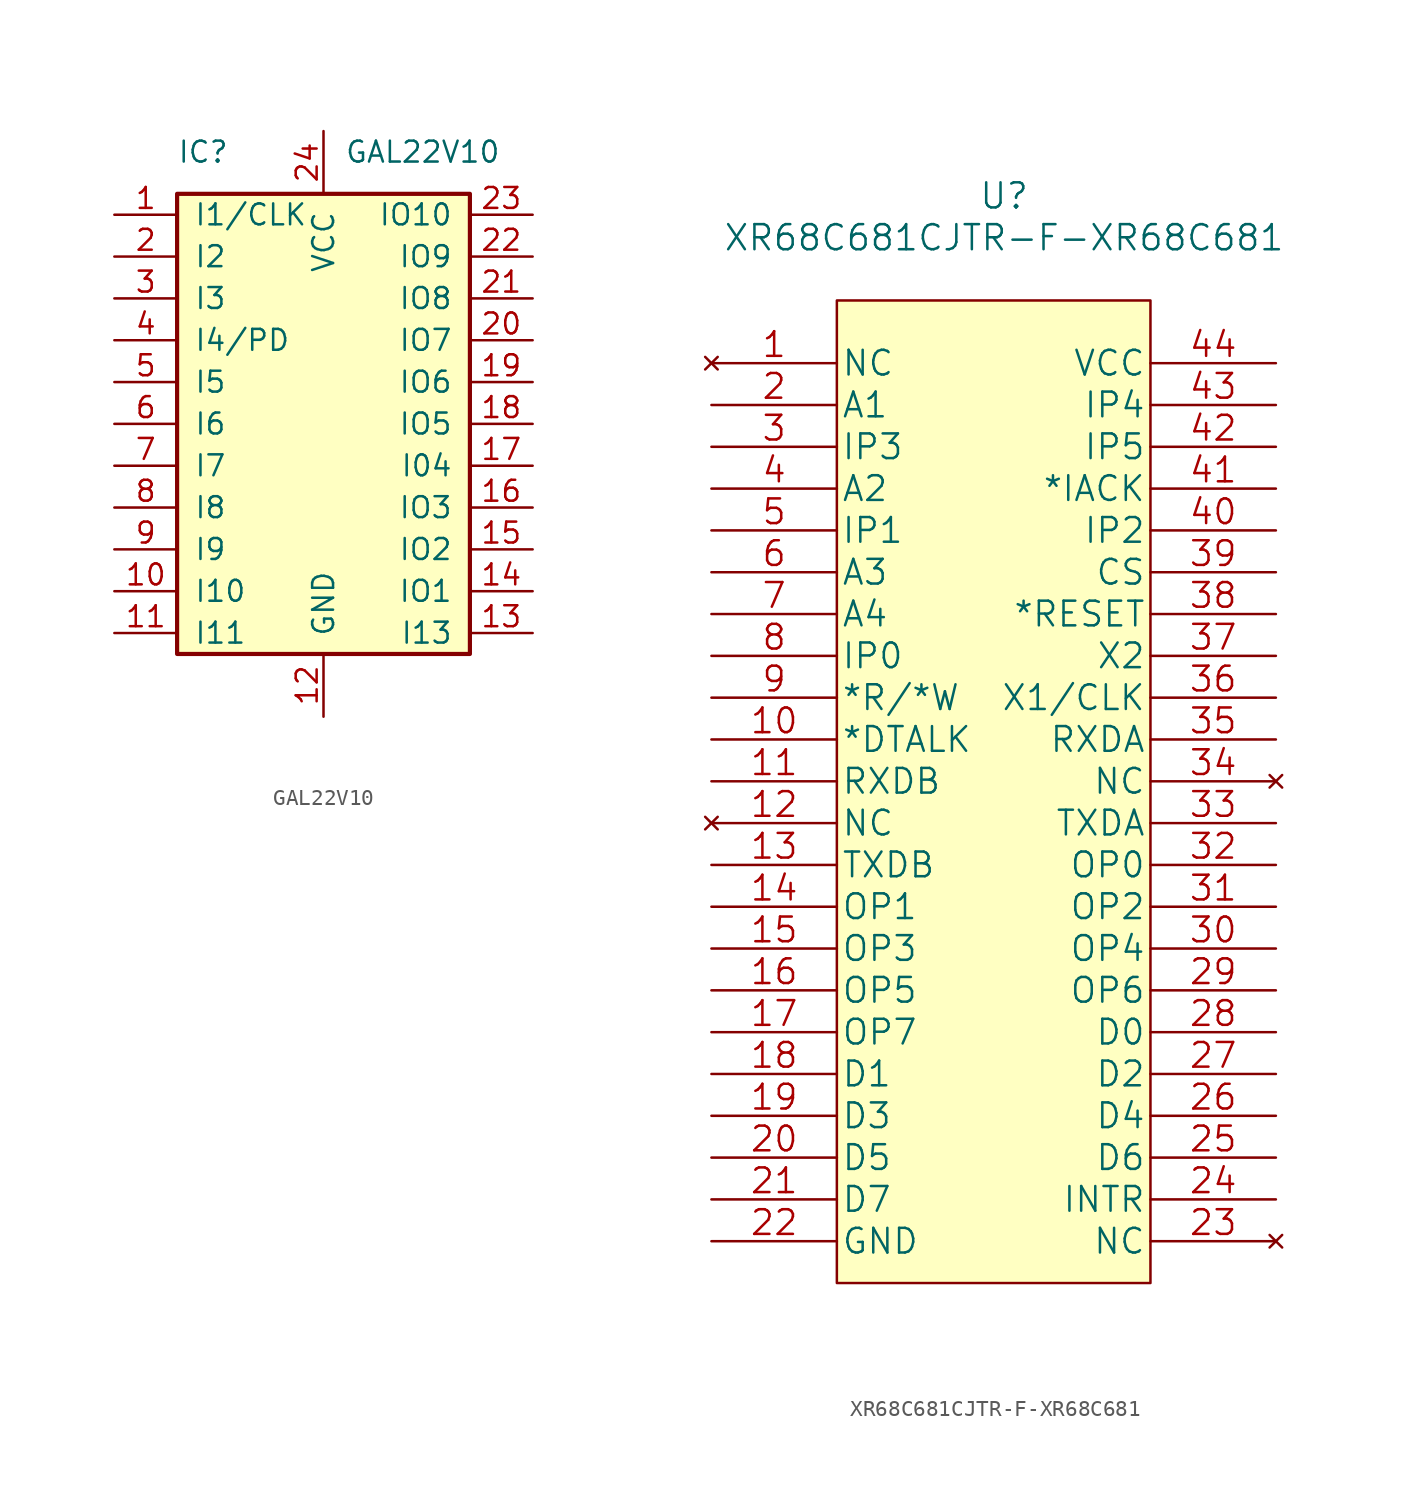
<source format=kicad_sym>
(kicad_symbol_lib
  (version 20211014)
  (generator kicad_symbol_editor)
  (symbol "GAL22V10"
    (pin_names
      (offset 1.016))
    (property "Reference" "IC"
      (at -8.89 16.51 0)
      (effects (font (size 1.27 1.27)) (justify left)))
    (property "Value" "GAL22V10"
      (at 1.27 16.51 0)
      (effects (font (size 1.27 1.27)) (justify left)))
    (symbol "GAL22V10_0_0"
      (pin power_in line (at 0 -17.78 90) (length 3.81) (name "GND" (effects (font (size 1.27 1.27)))) (number "12" (effects (font (size 1.27 1.27)))))
      (pin power_in line (at 0 17.78 270) (length 3.81) (name "VCC" (effects (font (size 1.27 1.27)))) (number "24" (effects (font (size 1.27 1.27))))))
    (symbol "GAL22V10_0_1"
      (rectangle (start -8.89 13.97) (end 8.89 -13.97) (stroke (width 0.254) (type default) (color 0 0 0 0)) (fill (type background))))
    (symbol "GAL22V10_1_1"
      (pin input line (at -12.7 12.7 0) (length 3.81) (name "I1/CLK" (effects (font (size 1.27 1.27)))) (number "1" (effects (font (size 1.27 1.27)))))
      (pin input line (at -12.7 -10.16 0) (length 3.81) (name "I10" (effects (font (size 1.27 1.27)))) (number "10" (effects (font (size 1.27 1.27)))))
      (pin input line (at -12.7 -12.7 0) (length 3.81) (name "I11" (effects (font (size 1.27 1.27)))) (number "11" (effects (font (size 1.27 1.27)))))
      (pin input line (at 12.7 -12.7 180) (length 3.81) (name "I13" (effects (font (size 1.27 1.27)))) (number "13" (effects (font (size 1.27 1.27)))))
      (pin bidirectional line (at 12.7 -10.16 180) (length 3.81) (name "IO1" (effects (font (size 1.27 1.27)))) (number "14" (effects (font (size 1.27 1.27)))))
      (pin bidirectional line (at 12.7 -7.62 180) (length 3.81) (name "IO2" (effects (font (size 1.27 1.27)))) (number "15" (effects (font (size 1.27 1.27)))))
      (pin bidirectional line (at 12.7 -5.08 180) (length 3.81) (name "IO3" (effects (font (size 1.27 1.27)))) (number "16" (effects (font (size 1.27 1.27)))))
      (pin bidirectional line (at 12.7 -2.54 180) (length 3.81) (name "I04" (effects (font (size 1.27 1.27)))) (number "17" (effects (font (size 1.27 1.27)))))
      (pin bidirectional line (at 12.7 0 180) (length 3.81) (name "IO5" (effects (font (size 1.27 1.27)))) (number "18" (effects (font (size 1.27 1.27)))))
      (pin bidirectional line (at 12.7 2.54 180) (length 3.81) (name "IO6" (effects (font (size 1.27 1.27)))) (number "19" (effects (font (size 1.27 1.27)))))
      (pin input line (at -12.7 10.16 0) (length 3.81) (name "I2" (effects (font (size 1.27 1.27)))) (number "2" (effects (font (size 1.27 1.27)))))
      (pin bidirectional line (at 12.7 5.08 180) (length 3.81) (name "IO7" (effects (font (size 1.27 1.27)))) (number "20" (effects (font (size 1.27 1.27)))))
      (pin bidirectional line (at 12.7 7.62 180) (length 3.81) (name "IO8" (effects (font (size 1.27 1.27)))) (number "21" (effects (font (size 1.27 1.27)))))
      (pin bidirectional line (at 12.7 10.16 180) (length 3.81) (name "IO9" (effects (font (size 1.27 1.27)))) (number "22" (effects (font (size 1.27 1.27)))))
      (pin bidirectional line (at 12.7 12.7 180) (length 3.81) (name "IO10" (effects (font (size 1.27 1.27)))) (number "23" (effects (font (size 1.27 1.27)))))
      (pin input line (at -12.7 7.62 0) (length 3.81) (name "I3" (effects (font (size 1.27 1.27)))) (number "3" (effects (font (size 1.27 1.27)))))
      (pin input line (at -12.7 5.08 0) (length 3.81) (name "I4/PD" (effects (font (size 1.27 1.27)))) (number "4" (effects (font (size 1.27 1.27)))))
      (pin input line (at -12.7 2.54 0) (length 3.81) (name "I5" (effects (font (size 1.27 1.27)))) (number "5" (effects (font (size 1.27 1.27)))))
      (pin input line (at -12.7 0 0) (length 3.81) (name "I6" (effects (font (size 1.27 1.27)))) (number "6" (effects (font (size 1.27 1.27)))))
      (pin input line (at -12.7 -2.54 0) (length 3.81) (name "I7" (effects (font (size 1.27 1.27)))) (number "7" (effects (font (size 1.27 1.27)))))
      (pin input line (at -12.7 -5.08 0) (length 3.81) (name "I8" (effects (font (size 1.27 1.27)))) (number "8" (effects (font (size 1.27 1.27)))))
      (pin input line (at -12.7 -7.62 0) (length 3.81) (name "I9" (effects (font (size 1.27 1.27)))) (number "9" (effects (font (size 1.27 1.27)))))))
  (symbol "XR68C681CJTR-F-XR68C681"
    (pin_names
      (offset 0.254))
    (property "Reference" "U"
      (at 17.78 10.16 0)
      (effects (font (size 1.524 1.524))))
    (property "Value" "XR68C681CJTR-F-XR68C681"
      (at 17.78 7.62 0)
      (effects (font (size 1.524 1.524))))
    (property "Datasheet" ""
      (at 0 0 0)
      (effects (font (size 1.524 1.524))))
    (property "ki_locked" ""
      (at 0 0 0)
      (effects (font (size 1.27 1.27))))
    (symbol "XR68C681CJTR-F-XR68C681_1_1"
      (rectangle (start 7.62 3.81) (end 26.67 -55.88) (stroke (width 0) (type default) (color 0 0 0 0)) (fill (type background)))
      (pin no_connect line (at 0 0 0) (length 7.62) (name "NC" (effects (font (size 1.499 1.499)))) (number "1" (effects (font (size 1.499 1.499)))))
      (pin output line (at 0 -22.86 0) (length 7.62) (name "*DTALK" (effects (font (size 1.499 1.499)))) (number "10" (effects (font (size 1.499 1.499)))))
      (pin input line (at 0 -25.4 0) (length 7.62) (name "RXDB" (effects (font (size 1.499 1.499)))) (number "11" (effects (font (size 1.499 1.499)))))
      (pin no_connect line (at 0 -27.94 0) (length 7.62) (name "NC" (effects (font (size 1.499 1.499)))) (number "12" (effects (font (size 1.499 1.499)))))
      (pin output line (at 0 -30.48 0) (length 7.62) (name "TXDB" (effects (font (size 1.499 1.499)))) (number "13" (effects (font (size 1.499 1.499)))))
      (pin output line (at 0 -33.02 0) (length 7.62) (name "OP1" (effects (font (size 1.499 1.499)))) (number "14" (effects (font (size 1.499 1.499)))))
      (pin output line (at 0 -35.56 0) (length 7.62) (name "OP3" (effects (font (size 1.499 1.499)))) (number "15" (effects (font (size 1.499 1.499)))))
      (pin output line (at 0 -38.1 0) (length 7.62) (name "OP5" (effects (font (size 1.499 1.499)))) (number "16" (effects (font (size 1.499 1.499)))))
      (pin output line (at 0 -40.64 0) (length 7.62) (name "OP7" (effects (font (size 1.499 1.499)))) (number "17" (effects (font (size 1.499 1.499)))))
      (pin bidirectional line (at 0 -43.18 0) (length 7.62) (name "D1" (effects (font (size 1.499 1.499)))) (number "18" (effects (font (size 1.499 1.499)))))
      (pin bidirectional line (at 0 -45.72 0) (length 7.62) (name "D3" (effects (font (size 1.499 1.499)))) (number "19" (effects (font (size 1.499 1.499)))))
      (pin input line (at 0 -2.54 0) (length 7.62) (name "A1" (effects (font (size 1.499 1.499)))) (number "2" (effects (font (size 1.499 1.499)))))
      (pin bidirectional line (at 0 -48.26 0) (length 7.62) (name "D5" (effects (font (size 1.499 1.499)))) (number "20" (effects (font (size 1.499 1.499)))))
      (pin bidirectional line (at 0 -50.8 0) (length 7.62) (name "D7" (effects (font (size 1.499 1.499)))) (number "21" (effects (font (size 1.499 1.499)))))
      (pin power_in line (at 0 -53.34 0) (length 7.62) (name "GND" (effects (font (size 1.499 1.499)))) (number "22" (effects (font (size 1.499 1.499)))))
      (pin no_connect line (at 34.29 -53.34 180) (length 7.62) (name "NC" (effects (font (size 1.499 1.499)))) (number "23" (effects (font (size 1.499 1.499)))))
      (pin output line (at 34.29 -50.8 180) (length 7.62) (name "INTR" (effects (font (size 1.499 1.499)))) (number "24" (effects (font (size 1.499 1.499)))))
      (pin bidirectional line (at 34.29 -48.26 180) (length 7.62) (name "D6" (effects (font (size 1.499 1.499)))) (number "25" (effects (font (size 1.499 1.499)))))
      (pin bidirectional line (at 34.29 -45.72 180) (length 7.62) (name "D4" (effects (font (size 1.499 1.499)))) (number "26" (effects (font (size 1.499 1.499)))))
      (pin bidirectional line (at 34.29 -43.18 180) (length 7.62) (name "D2" (effects (font (size 1.499 1.499)))) (number "27" (effects (font (size 1.499 1.499)))))
      (pin bidirectional line (at 34.29 -40.64 180) (length 7.62) (name "D0" (effects (font (size 1.499 1.499)))) (number "28" (effects (font (size 1.499 1.499)))))
      (pin output line (at 34.29 -38.1 180) (length 7.62) (name "OP6" (effects (font (size 1.499 1.499)))) (number "29" (effects (font (size 1.499 1.499)))))
      (pin input line (at 0 -5.08 0) (length 7.62) (name "IP3" (effects (font (size 1.499 1.499)))) (number "3" (effects (font (size 1.499 1.499)))))
      (pin output line (at 34.29 -35.56 180) (length 7.62) (name "OP4" (effects (font (size 1.499 1.499)))) (number "30" (effects (font (size 1.499 1.499)))))
      (pin output line (at 34.29 -33.02 180) (length 7.62) (name "OP2" (effects (font (size 1.499 1.499)))) (number "31" (effects (font (size 1.499 1.499)))))
      (pin output line (at 34.29 -30.48 180) (length 7.62) (name "OP0" (effects (font (size 1.499 1.499)))) (number "32" (effects (font (size 1.499 1.499)))))
      (pin output line (at 34.29 -27.94 180) (length 7.62) (name "TXDA" (effects (font (size 1.499 1.499)))) (number "33" (effects (font (size 1.499 1.499)))))
      (pin no_connect line (at 34.29 -25.4 180) (length 7.62) (name "NC" (effects (font (size 1.499 1.499)))) (number "34" (effects (font (size 1.499 1.499)))))
      (pin input line (at 34.29 -22.86 180) (length 7.62) (name "RXDA" (effects (font (size 1.499 1.499)))) (number "35" (effects (font (size 1.499 1.499)))))
      (pin bidirectional line (at 34.29 -20.32 180) (length 7.62) (name "X1/CLK" (effects (font (size 1.499 1.499)))) (number "36" (effects (font (size 1.499 1.499)))))
      (pin input line (at 34.29 -17.78 180) (length 7.62) (name "X2" (effects (font (size 1.499 1.499)))) (number "37" (effects (font (size 1.499 1.499)))))
      (pin input line (at 34.29 -15.24 180) (length 7.62) (name "*RESET" (effects (font (size 1.499 1.499)))) (number "38" (effects (font (size 1.499 1.499)))))
      (pin input line (at 34.29 -12.7 180) (length 7.62) (name "CS" (effects (font (size 1.499 1.499)))) (number "39" (effects (font (size 1.499 1.499)))))
      (pin input line (at 0 -7.62 0) (length 7.62) (name "A2" (effects (font (size 1.499 1.499)))) (number "4" (effects (font (size 1.499 1.499)))))
      (pin input line (at 34.29 -10.16 180) (length 7.62) (name "IP2" (effects (font (size 1.499 1.499)))) (number "40" (effects (font (size 1.499 1.499)))))
      (pin input line (at 34.29 -7.62 180) (length 7.62) (name "*IACK" (effects (font (size 1.499 1.499)))) (number "41" (effects (font (size 1.499 1.499)))))
      (pin input line (at 34.29 -5.08 180) (length 7.62) (name "IP5" (effects (font (size 1.499 1.499)))) (number "42" (effects (font (size 1.499 1.499)))))
      (pin input line (at 34.29 -2.54 180) (length 7.62) (name "IP4" (effects (font (size 1.499 1.499)))) (number "43" (effects (font (size 1.499 1.499)))))
      (pin power_in line (at 34.29 0 180) (length 7.62) (name "VCC" (effects (font (size 1.499 1.499)))) (number "44" (effects (font (size 1.499 1.499)))))
      (pin input line (at 0 -10.16 0) (length 7.62) (name "IP1" (effects (font (size 1.499 1.499)))) (number "5" (effects (font (size 1.499 1.499)))))
      (pin input line (at 0 -12.7 0) (length 7.62) (name "A3" (effects (font (size 1.499 1.499)))) (number "6" (effects (font (size 1.499 1.499)))))
      (pin input line (at 0 -15.24 0) (length 7.62) (name "A4" (effects (font (size 1.499 1.499)))) (number "7" (effects (font (size 1.499 1.499)))))
      (pin input line (at 0 -17.78 0) (length 7.62) (name "IP0" (effects (font (size 1.499 1.499)))) (number "8" (effects (font (size 1.499 1.499)))))
      (pin input line (at 0 -20.32 0) (length 7.62) (name "*R/*W" (effects (font (size 1.499 1.499)))) (number "9" (effects (font (size 1.499 1.499))))))))
</source>
